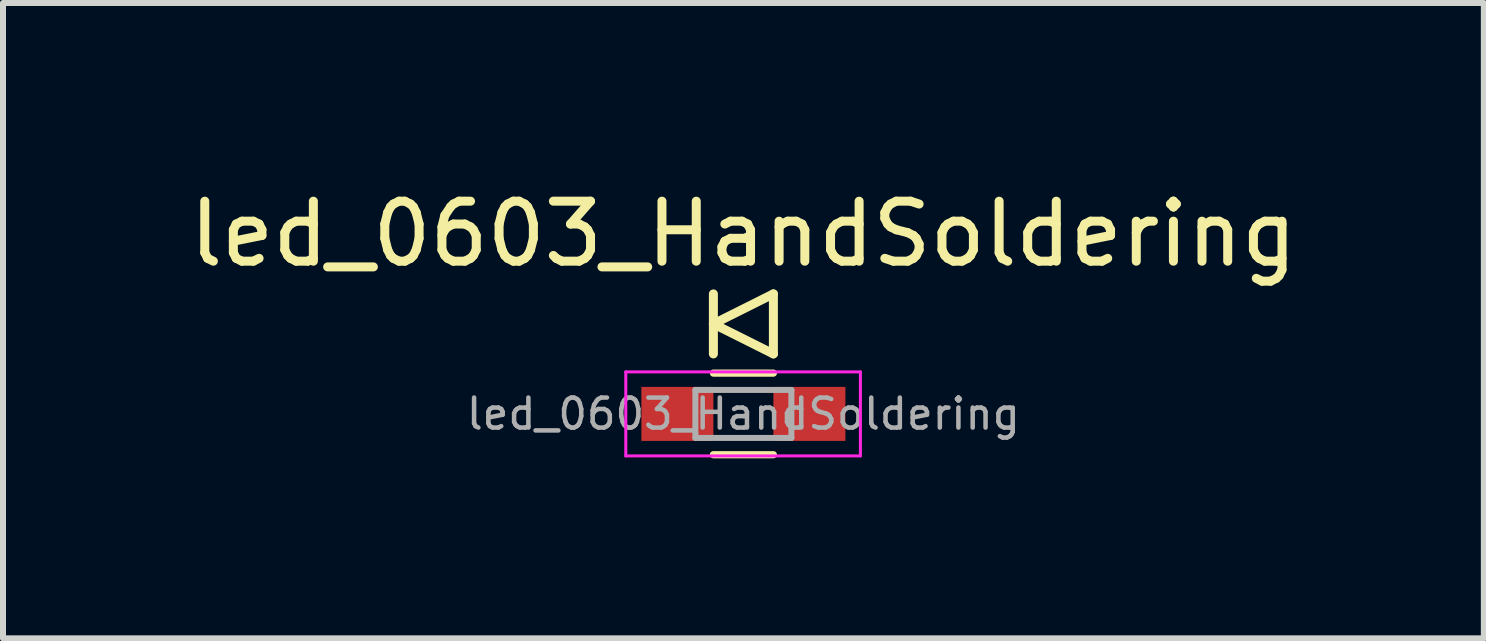
<source format=kicad_pcb>
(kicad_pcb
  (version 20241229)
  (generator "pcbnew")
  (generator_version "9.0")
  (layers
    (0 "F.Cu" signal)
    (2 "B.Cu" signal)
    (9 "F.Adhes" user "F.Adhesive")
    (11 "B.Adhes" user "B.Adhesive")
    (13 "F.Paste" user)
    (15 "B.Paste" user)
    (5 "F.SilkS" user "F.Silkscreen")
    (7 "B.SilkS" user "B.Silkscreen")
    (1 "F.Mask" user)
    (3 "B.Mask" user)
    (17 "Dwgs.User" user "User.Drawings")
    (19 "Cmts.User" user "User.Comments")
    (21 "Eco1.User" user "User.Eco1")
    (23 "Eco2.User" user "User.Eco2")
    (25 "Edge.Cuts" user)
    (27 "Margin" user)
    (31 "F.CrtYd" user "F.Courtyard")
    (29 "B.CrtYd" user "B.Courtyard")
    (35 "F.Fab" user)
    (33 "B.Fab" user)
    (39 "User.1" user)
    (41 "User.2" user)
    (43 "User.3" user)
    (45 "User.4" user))
  (footprint "led_0603_HandSoldering"
    (layer "F.Cu")
    (at 9.339 3.848)
    (property "Reference" "led_0603_HandSoldering" (at 0 -3 0) (layer "F.SilkS") (effects (font (size 1 1) (thickness 0.15))))
    (attr smd)
    (fp_line (start -0.5 -1.5) (end 0.5 -2) (stroke (width 0.15) (type solid)) (layer "F.SilkS"))
    (fp_line (start -0.5 -1) (end -0.5 -2) (stroke (width 0.15) (type solid)) (layer "F.SilkS"))
    (fp_line (start -0.5 -0.68) (end 0.5 -0.68) (stroke (width 0.12) (type solid)) (layer "F.SilkS"))
    (fp_line (start 0.5 -2) (end 0.5 -1) (stroke (width 0.15) (type solid)) (layer "F.SilkS"))
    (fp_line (start 0.5 -1) (end -0.5 -1.5) (stroke (width 0.15) (type solid)) (layer "F.SilkS"))
    (fp_line (start 0.5 0.68) (end -0.5 0.68) (stroke (width 0.12) (type solid)) (layer "F.SilkS"))
    (fp_line (start -1.96 -0.7) (end -1.96 0.7) (stroke (width 0.05) (type solid)) (layer "F.CrtYd"))
    (fp_line (start -1.96 -0.7) (end 1.95 -0.7) (stroke (width 0.05) (type solid)) (layer "F.CrtYd"))
    (fp_line (start 1.95 0.7) (end -1.96 0.7) (stroke (width 0.05) (type solid)) (layer "F.CrtYd"))
    (fp_line (start 1.95 0.7) (end 1.95 -0.7) (stroke (width 0.05) (type solid)) (layer "F.CrtYd"))
    (fp_line (start -0.8 -0.4) (end 0.8 -0.4) (stroke (width 0.1) (type solid)) (layer "F.Fab"))
    (fp_line (start -0.8 0.4) (end -0.8 -0.4) (stroke (width 0.1) (type solid)) (layer "F.Fab"))
    (fp_line (start 0.8 -0.4) (end 0.8 0.4) (stroke (width 0.1) (type solid)) (layer "F.Fab"))
    (fp_line (start 0.8 0.4) (end -0.8 0.4) (stroke (width 0.1) (type solid)) (layer "F.Fab"))
    (fp_text user "${REFERENCE}" (at 0 0 0) (layer "F.Fab") (effects (font (size 0.5 0.5) (thickness 0.075))))
    (pad "1" smd rect (at -1.1 0) (size 1.2 0.9) (layers "F.Cu" "F.Mask" "F.Paste"))
    (pad "2" smd rect (at 1.1 0) (size 1.2 0.9) (layers "F.Cu" "F.Mask" "F.Paste")))
  (gr_rect
    (start -3 -3)
    (end 21.679 7.588)
    (stroke (width 0.1) (type default))
    (fill no)
    (layer "Edge.Cuts")))
</source>
